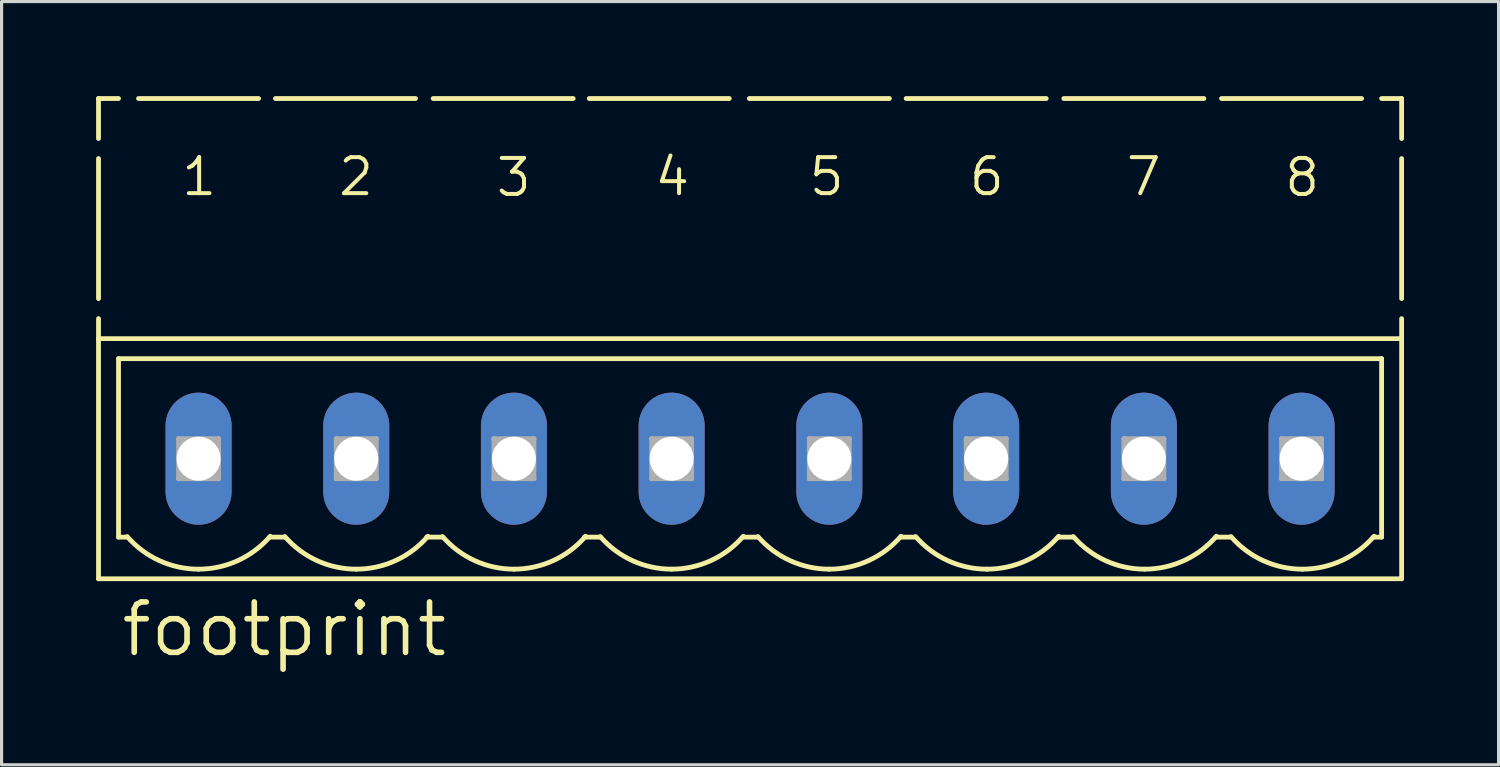
<source format=kicad_pcb>
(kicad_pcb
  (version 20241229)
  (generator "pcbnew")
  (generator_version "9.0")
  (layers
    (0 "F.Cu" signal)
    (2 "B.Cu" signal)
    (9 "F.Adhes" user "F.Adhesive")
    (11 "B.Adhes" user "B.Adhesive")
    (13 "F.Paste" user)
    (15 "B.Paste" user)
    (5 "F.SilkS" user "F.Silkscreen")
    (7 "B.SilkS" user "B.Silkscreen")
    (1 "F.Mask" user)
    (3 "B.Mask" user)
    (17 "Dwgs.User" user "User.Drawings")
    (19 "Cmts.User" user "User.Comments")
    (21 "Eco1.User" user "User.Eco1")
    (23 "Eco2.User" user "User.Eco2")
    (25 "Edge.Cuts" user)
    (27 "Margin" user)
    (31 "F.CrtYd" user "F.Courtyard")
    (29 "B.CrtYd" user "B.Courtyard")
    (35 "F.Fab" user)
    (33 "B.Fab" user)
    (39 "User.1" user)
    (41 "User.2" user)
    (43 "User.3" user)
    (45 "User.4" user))
  (footprint "footprint"
    (layer "F.Cu")
    (at 20.752 11.506)
    (property "Reference" "footprint" (at -20.041 6.35 0) (layer "F.SilkS") (effects (font (size 1.6 1.6) (thickness 0.178)) (justify left bottom)))
    (fp_line (start -20.676 -11.43) (end -20.676 -10.16) (stroke (width 0.152) (type solid)) (layer "F.SilkS"))
    (fp_line (start -20.676 -11.43) (end -20.041 -11.43) (stroke (width 0.152) (type solid)) (layer "F.SilkS"))
    (fp_line (start -20.676 -9.525) (end -20.676 -5.08) (stroke (width 0.152) (type solid)) (layer "F.SilkS"))
    (fp_line (start -20.676 -4.445) (end -20.676 -3.81) (stroke (width 0.152) (type solid)) (layer "F.SilkS"))
    (fp_line (start -20.676 -3.81) (end -20.676 3.81) (stroke (width 0.152) (type solid)) (layer "F.SilkS"))
    (fp_line (start -20.676 -3.81) (end 20.676 -3.81) (stroke (width 0.152) (type solid)) (layer "F.SilkS"))
    (fp_line (start -20.676 3.81) (end 20.676 3.81) (stroke (width 0.152) (type solid)) (layer "F.SilkS"))
    (fp_line (start -20.041 -3.175) (end 20.041 -3.175) (stroke (width 0.152) (type solid)) (layer "F.SilkS"))
    (fp_line (start -20.041 2.489) (end -20.041 -3.175) (stroke (width 0.152) (type solid)) (layer "F.SilkS"))
    (fp_line (start -20.041 2.489) (end -19.787 2.489) (stroke (width 0.152) (type solid)) (layer "F.SilkS"))
    (fp_line (start -19.406 -11.43) (end -15.596 -11.43) (stroke (width 0.152) (type solid)) (layer "F.SilkS"))
    (fp_line (start -15.215 2.489) (end -14.783 2.489) (stroke (width 0.152) (type solid)) (layer "F.SilkS"))
    (fp_line (start -15.062 -11.43) (end -10.617 -11.43) (stroke (width 0.152) (type solid)) (layer "F.SilkS"))
    (fp_line (start -10.262 2.489) (end -9.779 2.489) (stroke (width 0.152) (type solid)) (layer "F.SilkS"))
    (fp_line (start -10.058 -11.43) (end -5.613 -11.43) (stroke (width 0.152) (type solid)) (layer "F.SilkS"))
    (fp_line (start -5.258 2.489) (end -4.775 2.489) (stroke (width 0.152) (type solid)) (layer "F.SilkS"))
    (fp_line (start -5.105 -11.43) (end -0.66 -11.43) (stroke (width 0.152) (type solid)) (layer "F.SilkS"))
    (fp_line (start -0.229 2.489) (end 0.229 2.489) (stroke (width 0.152) (type solid)) (layer "F.SilkS"))
    (fp_line (start -0.025 -11.43) (end 4.42 -11.43) (stroke (width 0.152) (type solid)) (layer "F.SilkS"))
    (fp_line (start 4.801 2.489) (end 5.232 2.489) (stroke (width 0.152) (type solid)) (layer "F.SilkS"))
    (fp_line (start 4.953 -11.43) (end 9.398 -11.43) (stroke (width 0.152) (type solid)) (layer "F.SilkS"))
    (fp_line (start 9.804 2.489) (end 10.236 2.489) (stroke (width 0.152) (type solid)) (layer "F.SilkS"))
    (fp_line (start 9.957 -11.43) (end 14.402 -11.43) (stroke (width 0.152) (type solid)) (layer "F.SilkS"))
    (fp_line (start 14.808 2.489) (end 15.24 2.489) (stroke (width 0.152) (type solid)) (layer "F.SilkS"))
    (fp_line (start 14.961 -11.43) (end 19.406 -11.43) (stroke (width 0.152) (type solid)) (layer "F.SilkS"))
    (fp_line (start 19.787 2.489) (end 20.041 2.489) (stroke (width 0.152) (type solid)) (layer "F.SilkS"))
    (fp_line (start 20.041 -11.43) (end 20.676 -11.43) (stroke (width 0.152) (type solid)) (layer "F.SilkS"))
    (fp_line (start 20.041 2.489) (end 20.041 -3.175) (stroke (width 0.152) (type solid)) (layer "F.SilkS"))
    (fp_line (start 20.676 -11.43) (end 20.676 -10.16) (stroke (width 0.152) (type solid)) (layer "F.SilkS"))
    (fp_line (start 20.676 -9.525) (end 20.676 -5.08) (stroke (width 0.152) (type solid)) (layer "F.SilkS"))
    (fp_line (start 20.676 -3.81) (end 20.676 -4.445) (stroke (width 0.152) (type solid)) (layer "F.SilkS"))
    (fp_line (start 20.676 3.81) (end 20.676 -3.81) (stroke (width 0.152) (type solid)) (layer "F.SilkS"))
    (fp_arc (start -17.500599 3.5053) (mid -18.745585 3.234481) (end -19.7656 2.471) (stroke (width 0.1524) (type solid)) (layer "F.SilkS"))
    (fp_arc (start -15.2268 2.4608) (mid -16.249499 3.231631) (end -17.5006 3.5052) (stroke (width 0.1524) (type solid)) (layer "F.SilkS"))
    (fp_arc (start -12.496799 3.5052) (mid -13.741777 3.234436) (end -14.7618 2.471) (stroke (width 0.1524) (type solid)) (layer "F.SilkS"))
    (fp_arc (start -10.223 2.4608) (mid -11.245699 3.231631) (end -12.4968 3.5052) (stroke (width 0.1524) (type solid)) (layer "F.SilkS"))
    (fp_arc (start -7.492999 3.5052) (mid -8.737977 3.234436) (end -9.758 2.471) (stroke (width 0.1524) (type solid)) (layer "F.SilkS"))
    (fp_arc (start -5.2192 2.4608) (mid -6.241899 3.231631) (end -7.493 3.5052) (stroke (width 0.1524) (type solid)) (layer "F.SilkS"))
    (fp_arc (start -2.489199 3.5052) (mid -3.734177 3.234436) (end -4.7542 2.471) (stroke (width 0.1524) (type solid)) (layer "F.SilkS"))
    (fp_arc (start -0.2154 2.4608) (mid -1.238099 3.231631) (end -2.4892 3.5052) (stroke (width 0.1524) (type solid)) (layer "F.SilkS"))
    (fp_arc (start 2.5146 3.505199) (mid 1.269623 3.234435) (end 0.2496 2.471) (stroke (width 0.1524) (type solid)) (layer "F.SilkS"))
    (fp_arc (start 4.7884 2.460799) (mid 3.765701 3.231631) (end 2.5146 3.5052) (stroke (width 0.1524) (type solid)) (layer "F.SilkS"))
    (fp_arc (start 7.5184 3.505199) (mid 6.273423 3.234435) (end 5.2534 2.471) (stroke (width 0.1524) (type solid)) (layer "F.SilkS"))
    (fp_arc (start 9.7922 2.460799) (mid 8.769501 3.231631) (end 7.5184 3.5052) (stroke (width 0.1524) (type solid)) (layer "F.SilkS"))
    (fp_arc (start 12.5222 3.505199) (mid 11.277223 3.234435) (end 10.2572 2.471) (stroke (width 0.1524) (type solid)) (layer "F.SilkS"))
    (fp_arc (start 14.796 2.460799) (mid 13.773301 3.231631) (end 12.5222 3.5052) (stroke (width 0.1524) (type solid)) (layer "F.SilkS"))
    (fp_arc (start 17.526 3.505199) (mid 16.281023 3.234435) (end 15.261 2.471) (stroke (width 0.1524) (type solid)) (layer "F.SilkS"))
    (fp_arc (start 19.7998 2.460799) (mid 18.777101 3.231631) (end 17.526 3.5052) (stroke (width 0.1524) (type solid)) (layer "F.SilkS"))
    (fp_line (start -18.136 -0.635) (end -18.136 0.635) (stroke (width 0.152) (type solid)) (layer "F.Fab"))
    (fp_line (start -18.136 -0.635) (end -16.866 0.635) (stroke (width 0.152) (type solid)) (layer "F.Fab"))
    (fp_line (start -18.136 0.635) (end -16.866 -0.635) (stroke (width 0.152) (type solid)) (layer "F.Fab"))
    (fp_line (start -18.136 0.635) (end -16.866 0.635) (stroke (width 0.152) (type solid)) (layer "F.Fab"))
    (fp_line (start -16.866 -0.635) (end -18.136 -0.635) (stroke (width 0.152) (type solid)) (layer "F.Fab"))
    (fp_line (start -16.866 0.635) (end -16.866 -0.635) (stroke (width 0.152) (type solid)) (layer "F.Fab"))
    (fp_line (start -13.132 -0.635) (end -13.132 0.635) (stroke (width 0.152) (type solid)) (layer "F.Fab"))
    (fp_line (start -13.132 -0.635) (end -11.862 0.635) (stroke (width 0.152) (type solid)) (layer "F.Fab"))
    (fp_line (start -13.132 0.635) (end -11.862 -0.635) (stroke (width 0.152) (type solid)) (layer "F.Fab"))
    (fp_line (start -13.132 0.635) (end -11.862 0.635) (stroke (width 0.152) (type solid)) (layer "F.Fab"))
    (fp_line (start -11.862 -0.635) (end -13.132 -0.635) (stroke (width 0.152) (type solid)) (layer "F.Fab"))
    (fp_line (start -11.862 0.635) (end -11.862 -0.635) (stroke (width 0.152) (type solid)) (layer "F.Fab"))
    (fp_line (start -8.128 -0.635) (end -8.128 0.635) (stroke (width 0.152) (type solid)) (layer "F.Fab"))
    (fp_line (start -8.128 -0.635) (end -6.858 0.635) (stroke (width 0.152) (type solid)) (layer "F.Fab"))
    (fp_line (start -8.128 0.635) (end -6.858 -0.635) (stroke (width 0.152) (type solid)) (layer "F.Fab"))
    (fp_line (start -8.128 0.635) (end -6.858 0.635) (stroke (width 0.152) (type solid)) (layer "F.Fab"))
    (fp_line (start -6.858 -0.635) (end -8.128 -0.635) (stroke (width 0.152) (type solid)) (layer "F.Fab"))
    (fp_line (start -6.858 0.635) (end -6.858 -0.635) (stroke (width 0.152) (type solid)) (layer "F.Fab"))
    (fp_line (start -3.124 -0.635) (end -3.124 0.635) (stroke (width 0.152) (type solid)) (layer "F.Fab"))
    (fp_line (start -3.124 -0.635) (end -1.854 0.635) (stroke (width 0.152) (type solid)) (layer "F.Fab"))
    (fp_line (start -3.124 0.635) (end -1.854 -0.635) (stroke (width 0.152) (type solid)) (layer "F.Fab"))
    (fp_line (start -3.124 0.635) (end -1.854 0.635) (stroke (width 0.152) (type solid)) (layer "F.Fab"))
    (fp_line (start -1.854 -0.635) (end -3.124 -0.635) (stroke (width 0.152) (type solid)) (layer "F.Fab"))
    (fp_line (start -1.854 0.635) (end -1.854 -0.635) (stroke (width 0.152) (type solid)) (layer "F.Fab"))
    (fp_line (start 1.88 -0.635) (end 1.88 0.635) (stroke (width 0.152) (type solid)) (layer "F.Fab"))
    (fp_line (start 1.88 -0.635) (end 3.15 0.635) (stroke (width 0.152) (type solid)) (layer "F.Fab"))
    (fp_line (start 1.88 0.635) (end 3.15 -0.635) (stroke (width 0.152) (type solid)) (layer "F.Fab"))
    (fp_line (start 1.88 0.635) (end 3.15 0.635) (stroke (width 0.152) (type solid)) (layer "F.Fab"))
    (fp_line (start 3.15 -0.635) (end 1.88 -0.635) (stroke (width 0.152) (type solid)) (layer "F.Fab"))
    (fp_line (start 3.15 0.635) (end 3.15 -0.635) (stroke (width 0.152) (type solid)) (layer "F.Fab"))
    (fp_line (start 6.858 -0.635) (end 6.858 0.635) (stroke (width 0.152) (type solid)) (layer "F.Fab"))
    (fp_line (start 6.858 -0.635) (end 8.128 0.635) (stroke (width 0.152) (type solid)) (layer "F.Fab"))
    (fp_line (start 6.858 0.635) (end 8.128 -0.635) (stroke (width 0.152) (type solid)) (layer "F.Fab"))
    (fp_line (start 6.858 0.635) (end 8.128 0.635) (stroke (width 0.152) (type solid)) (layer "F.Fab"))
    (fp_line (start 8.128 -0.635) (end 6.858 -0.635) (stroke (width 0.152) (type solid)) (layer "F.Fab"))
    (fp_line (start 8.128 0.635) (end 8.128 -0.635) (stroke (width 0.152) (type solid)) (layer "F.Fab"))
    (fp_line (start 11.862 -0.635) (end 11.862 0.635) (stroke (width 0.152) (type solid)) (layer "F.Fab"))
    (fp_line (start 11.862 -0.635) (end 13.132 0.635) (stroke (width 0.152) (type solid)) (layer "F.Fab"))
    (fp_line (start 11.862 0.635) (end 13.132 -0.635) (stroke (width 0.152) (type solid)) (layer "F.Fab"))
    (fp_line (start 11.862 0.635) (end 13.132 0.635) (stroke (width 0.152) (type solid)) (layer "F.Fab"))
    (fp_line (start 13.132 -0.635) (end 11.862 -0.635) (stroke (width 0.152) (type solid)) (layer "F.Fab"))
    (fp_line (start 13.132 0.635) (end 13.132 -0.635) (stroke (width 0.152) (type solid)) (layer "F.Fab"))
    (fp_line (start 16.866 -0.635) (end 16.866 0.635) (stroke (width 0.152) (type solid)) (layer "F.Fab"))
    (fp_line (start 16.866 -0.635) (end 18.136 0.635) (stroke (width 0.152) (type solid)) (layer "F.Fab"))
    (fp_line (start 16.866 0.635) (end 18.136 -0.635) (stroke (width 0.152) (type solid)) (layer "F.Fab"))
    (fp_line (start 16.866 0.635) (end 18.136 0.635) (stroke (width 0.152) (type solid)) (layer "F.Fab"))
    (fp_line (start 18.136 -0.635) (end 16.866 -0.635) (stroke (width 0.152) (type solid)) (layer "F.Fab"))
    (fp_line (start 18.136 0.635) (end 18.136 -0.635) (stroke (width 0.152) (type solid)) (layer "F.Fab"))
    (fp_text user "4" (at -3.099 -8.28 0) (layer "F.SilkS") (effects (font (size 1.143 1.143) (thickness 0.127)) (justify left bottom)))
    (fp_text user "7" (at 11.862 -8.28 0) (layer "F.SilkS") (effects (font (size 1.143 1.143) (thickness 0.127)) (justify left bottom)))
    (fp_text user "2" (at -13.132 -8.28 0) (layer "F.SilkS") (effects (font (size 1.143 1.143) (thickness 0.127)) (justify left bottom)))
    (fp_text user "6" (at 6.883 -8.28 0) (layer "F.SilkS") (effects (font (size 1.143 1.143) (thickness 0.127)) (justify left bottom)))
    (fp_text user "8" (at 16.891 -8.255 0) (layer "F.SilkS") (effects (font (size 1.143 1.143) (thickness 0.127)) (justify left bottom)))
    (fp_text user "5" (at 1.803 -8.28 0) (layer "F.SilkS") (effects (font (size 1.143 1.143) (thickness 0.127)) (justify left bottom)))
    (fp_text user "3" (at -8.128 -8.255 0) (layer "F.SilkS") (effects (font (size 1.143 1.143) (thickness 0.127)) (justify left bottom)))
    (fp_text user "1" (at -18.11 -8.28 0) (layer "F.SilkS") (effects (font (size 1.143 1.143) (thickness 0.127)) (justify left bottom)))
    (pad "1" thru_hole oval (at -17.501 0 90) (size 4.191 2.095) (drill 1.397) (layers "*.Cu" "*.Mask"))
    (pad "2" thru_hole oval (at -12.497 0 90) (size 4.191 2.095) (drill 1.397) (layers "*.Cu" "*.Mask"))
    (pad "3" thru_hole oval (at -7.493 0 90) (size 4.191 2.095) (drill 1.397) (layers "*.Cu" "*.Mask"))
    (pad "4" thru_hole oval (at -2.489 0 90) (size 4.191 2.095) (drill 1.397) (layers "*.Cu" "*.Mask"))
    (pad "5" thru_hole oval (at 2.515 0 90) (size 4.191 2.095) (drill 1.397) (layers "*.Cu" "*.Mask"))
    (pad "6" thru_hole oval (at 7.493 0 90) (size 4.191 2.095) (drill 1.397) (layers "*.Cu" "*.Mask"))
    (pad "7" thru_hole oval (at 12.497 0 90) (size 4.191 2.095) (drill 1.397) (layers "*.Cu" "*.Mask"))
    (pad "8" thru_hole oval (at 17.501 0 90) (size 4.191 2.095) (drill 1.397) (layers "*.Cu" "*.Mask")))
  (gr_rect
    (start -3 -3)
    (end 44.504 21.219)
    (stroke (width 0.1) (type default))
    (fill no)
    (layer "Edge.Cuts")))
</source>
